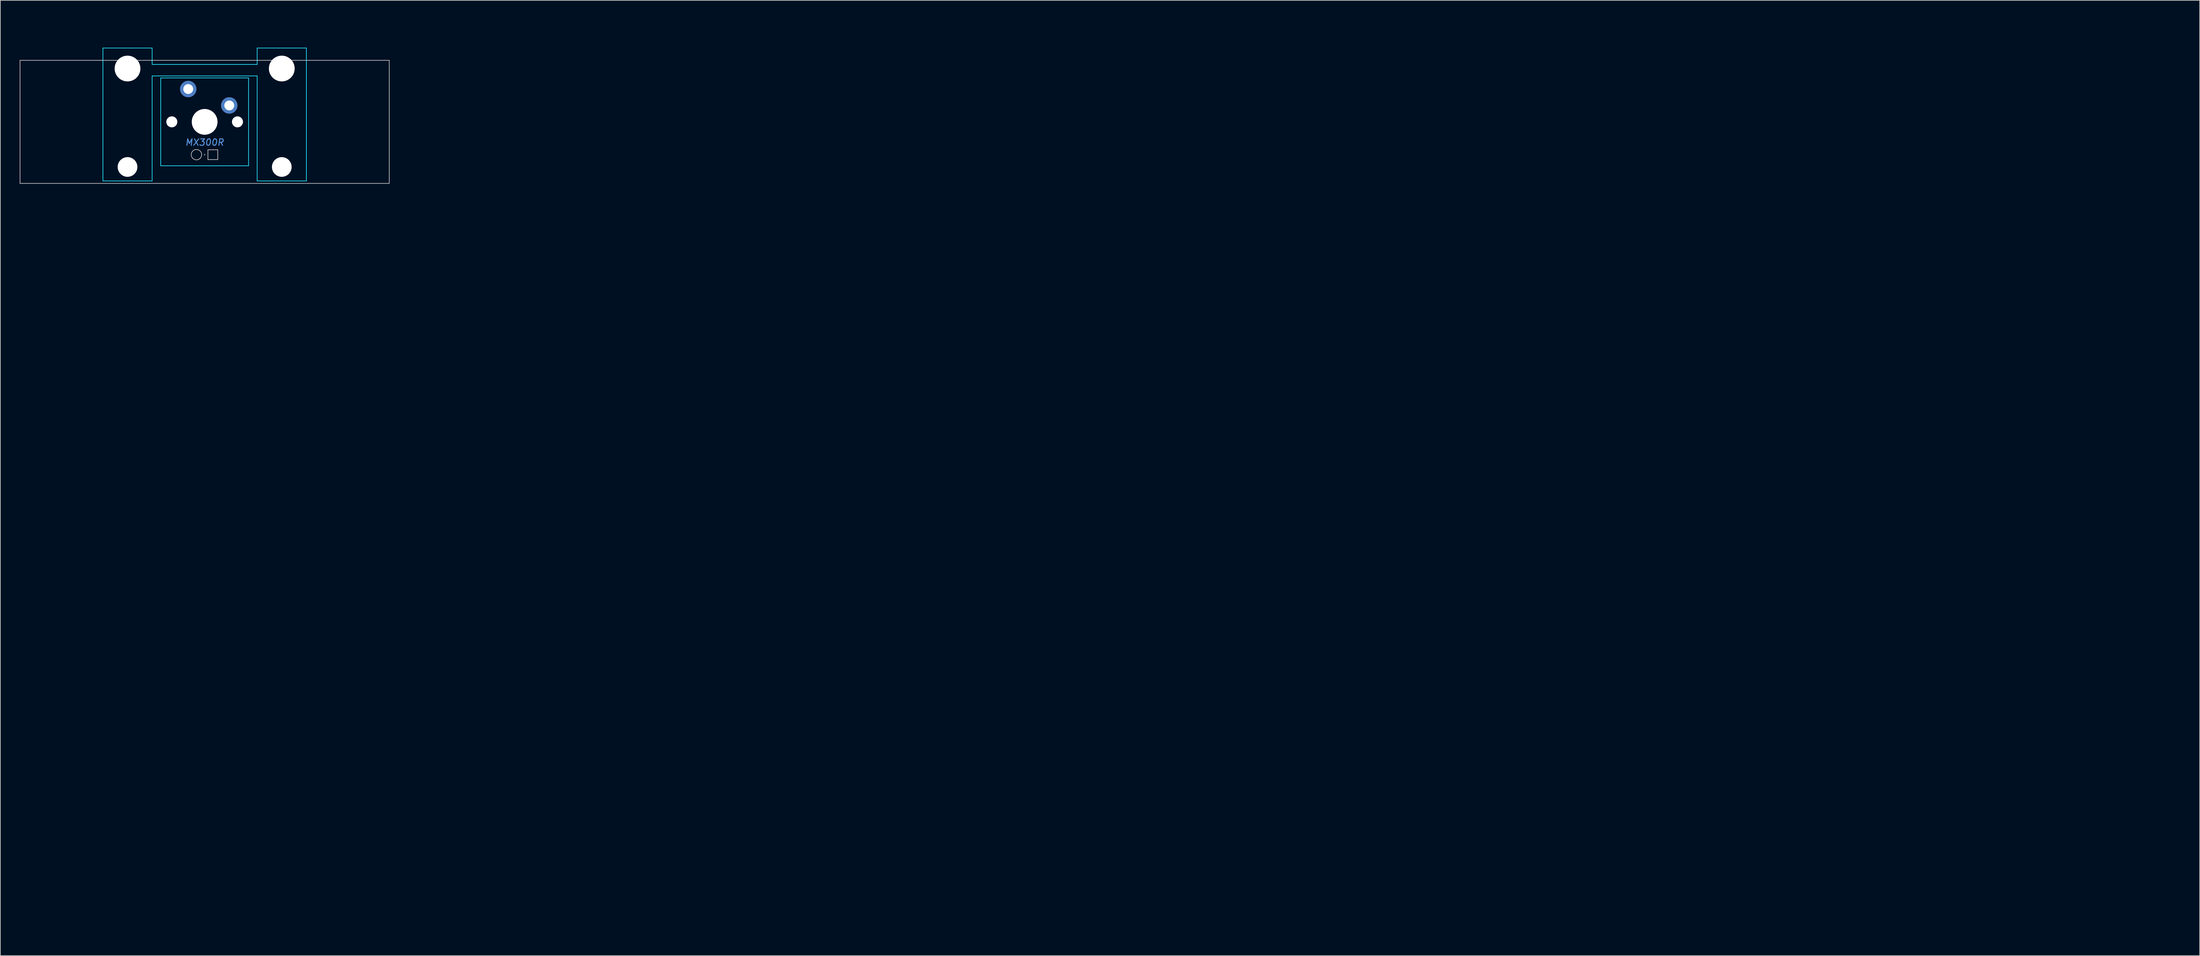
<source format=kicad_pcb>
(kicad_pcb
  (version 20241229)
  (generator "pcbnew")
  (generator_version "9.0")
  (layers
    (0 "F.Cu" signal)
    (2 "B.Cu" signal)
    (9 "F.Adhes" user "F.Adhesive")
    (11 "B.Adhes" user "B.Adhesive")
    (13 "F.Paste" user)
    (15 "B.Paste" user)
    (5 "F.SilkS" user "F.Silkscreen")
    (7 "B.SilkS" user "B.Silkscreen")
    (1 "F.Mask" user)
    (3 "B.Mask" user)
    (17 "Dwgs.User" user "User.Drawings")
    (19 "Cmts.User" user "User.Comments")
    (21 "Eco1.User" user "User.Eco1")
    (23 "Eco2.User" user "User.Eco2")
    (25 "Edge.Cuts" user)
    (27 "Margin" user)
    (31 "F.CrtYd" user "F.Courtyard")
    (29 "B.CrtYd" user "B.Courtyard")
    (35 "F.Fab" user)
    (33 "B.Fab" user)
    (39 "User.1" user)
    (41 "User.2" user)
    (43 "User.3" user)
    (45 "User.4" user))
  (footprint "MX300R"
    (layer "F.Cu")
    (at 28.625 15.815)
    (property "Reference" "MX300R" (at 0 3.175 0) (layer "Cmts.User") (effects (font (size 1 1) (thickness 0.15) (italic yes))))
    (attr through_hole)
    (fp_line (start -28.575 -9.525) (end -28.575 9.525) (stroke (width 0.1) (type solid)) (layer "Dwgs.User"))
    (fp_line (start -28.575 -9.525) (end 28.575 -9.525) (stroke (width 0.1) (type solid)) (layer "Dwgs.User"))
    (fp_line (start -28.575 9.525) (end 28.575 9.525) (stroke (width 0.1) (type solid)) (layer "Dwgs.User"))
    (fp_line (start -0.127 5.08) (end 0.127 5.08) (stroke (width 0.05) (type solid)) (layer "Dwgs.User"))
    (fp_line (start 0 5.207) (end 0 4.953) (stroke (width 0.05) (type solid)) (layer "Dwgs.User"))
    (fp_line (start 0.508 4.318) (end 0.508 5.842) (stroke (width 0.1) (type solid)) (layer "Dwgs.User"))
    (fp_line (start 0.508 4.318) (end 2.032 4.318) (stroke (width 0.1) (type solid)) (layer "Dwgs.User"))
    (fp_line (start 0.508 5.842) (end 2.032 5.842) (stroke (width 0.1) (type solid)) (layer "Dwgs.User"))
    (fp_line (start 2.032 5.842) (end 2.032 4.318) (stroke (width 0.1) (type solid)) (layer "Dwgs.User"))
    (fp_line (start 28.575 -9.525) (end 28.575 9.525) (stroke (width 0.1) (type solid)) (layer "Dwgs.User"))
    (fp_circle (center -1.27 5.08) (end -0.467 5.08) (stroke (width 0.1) (type solid)) (fill no) (layer "Dwgs.User"))
    (fp_line (start -23.241 0.509) (end -22.225 0.509) (stroke (width 0.1) (type solid)) (layer "Eco1.User"))
    (fp_line (start -23.241 3.303) (end -23.241 0.509) (stroke (width 0.1) (type solid)) (layer "Eco1.User"))
    (fp_line (start -22.225 0.509) (end -22.225 -6.603) (stroke (width 0.1) (type solid)) (layer "Eco1.User"))
    (fp_line (start -22.225 3.303) (end -23.241 3.303) (stroke (width 0.1) (type solid)) (layer "Eco1.User"))
    (fp_line (start -22.225 -6.603) (end -20.421 -6.603) (stroke (width 0.1) (type solid)) (layer "Eco1.User"))
    (fp_line (start -22.225 5.69) (end -22.225 3.303) (stroke (width 0.1) (type solid)) (layer "Eco1.User"))
    (fp_line (start -20.421 -7.772) (end -17.373 -7.772) (stroke (width 0.1) (type solid)) (layer "Eco1.User"))
    (fp_line (start -20.421 -6.603) (end -20.421 -7.772) (stroke (width 0.1) (type solid)) (layer "Eco1.User"))
    (fp_line (start -17.373 -7.772) (end -17.373 -6.603) (stroke (width 0.1) (type solid)) (layer "Eco1.User"))
    (fp_line (start -17.373 -6.603) (end -15.57 -6.603) (stroke (width 0.1) (type solid)) (layer "Eco1.User"))
    (fp_line (start -15.57 -2.286) (end -6.985 -2.286) (stroke (width 0.1) (type solid)) (layer "Eco1.User"))
    (fp_line (start -15.57 5.69) (end -22.225 5.69) (stroke (width 0.1) (type solid)) (layer "Eco1.User"))
    (fp_line (start -15.57 -6.603) (end -15.57 -2.286) (stroke (width 0.1) (type solid)) (layer "Eco1.User"))
    (fp_line (start -15.57 2.286) (end -15.57 5.69) (stroke (width 0.1) (type solid)) (layer "Eco1.User"))
    (fp_line (start -7 7) (end -6.985 2.286) (stroke (width 0.1) (type solid)) (layer "Eco1.User"))
    (fp_line (start -6.985 -2.286) (end -6.985 -6.985) (stroke (width 0.1) (type solid)) (layer "Eco1.User"))
    (fp_line (start -6.985 -6.985) (end 7 -7) (stroke (width 0.1) (type solid)) (layer "Eco1.User"))
    (fp_line (start -6.985 2.286) (end -15.57 2.286) (stroke (width 0.1) (type solid)) (layer "Eco1.User"))
    (fp_line (start -0.941 0.000055) (end 0.941 -0.000001) (stroke (width 0.1) (type solid)) (layer "Eco1.User"))
    (fp_line (start 0 -15.765) (end 0 -15.765) (stroke (width 0.1) (type solid)) (layer "Eco1.User"))
    (fp_line (start 0 -15.765) (end 0 -15.765) (stroke (width 0.1) (type solid)) (layer "Eco1.User"))
    (fp_line (start 0 -15.765) (end 0 -15.765) (stroke (width 0.1) (type solid)) (layer "Eco1.User"))
    (fp_line (start 0 0.941) (end -0.000056 -0.941) (stroke (width 0.1) (type solid)) (layer "Eco1.User"))
    (fp_line (start 6.985 -2.286) (end 15.57 -2.286) (stroke (width 0.1) (type solid)) (layer "Eco1.User"))
    (fp_line (start 6.985 2.286) (end 7 7) (stroke (width 0.1) (type solid)) (layer "Eco1.User"))
    (fp_line (start 7 -7) (end 6.985 -2.286) (stroke (width 0.1) (type solid)) (layer "Eco1.User"))
    (fp_line (start 7 7) (end -7 7) (stroke (width 0.1) (type solid)) (layer "Eco1.User"))
    (fp_line (start 15.57 -6.603) (end 17.373 -6.603) (stroke (width 0.1) (type solid)) (layer "Eco1.User"))
    (fp_line (start 15.57 -2.286) (end 15.57 -6.603) (stroke (width 0.1) (type solid)) (layer "Eco1.User"))
    (fp_line (start 15.57 2.286) (end 6.985 2.286) (stroke (width 0.1) (type solid)) (layer "Eco1.User"))
    (fp_line (start 15.57 5.69) (end 15.57 2.286) (stroke (width 0.1) (type solid)) (layer "Eco1.User"))
    (fp_line (start 17.373 -7.772) (end 20.421 -7.772) (stroke (width 0.1) (type solid)) (layer "Eco1.User"))
    (fp_line (start 17.373 -6.603) (end 17.373 -7.772) (stroke (width 0.1) (type solid)) (layer "Eco1.User"))
    (fp_line (start 20.421 -7.772) (end 20.421 -6.603) (stroke (width 0.1) (type solid)) (layer "Eco1.User"))
    (fp_line (start 20.421 -6.603) (end 22.225 -6.603) (stroke (width 0.1) (type solid)) (layer "Eco1.User"))
    (fp_line (start 22.225 -6.603) (end 22.225 0.509) (stroke (width 0.1) (type solid)) (layer "Eco1.User"))
    (fp_line (start 22.225 5.69) (end 15.57 5.69) (stroke (width 0.1) (type solid)) (layer "Eco1.User"))
    (fp_line (start 22.225 0.509) (end 23.241 0.509) (stroke (width 0.1) (type solid)) (layer "Eco1.User"))
    (fp_line (start 22.225 3.303) (end 22.225 5.69) (stroke (width 0.1) (type solid)) (layer "Eco1.User"))
    (fp_line (start 23.241 0.509) (end 23.241 3.303) (stroke (width 0.1) (type solid)) (layer "Eco1.User"))
    (fp_line (start 23.241 3.303) (end 22.225 3.303) (stroke (width 0.1) (type solid)) (layer "Eco1.User"))
    (fp_line (start 304.8 88.594) (end 304.8 90.476) (stroke (width 0.1) (type solid)) (layer "Eco1.User"))
    (fp_line (start 304.8 124.154) (end 304.8 126.036) (stroke (width 0.1) (type solid)) (layer "Eco1.User"))
    (fp_line (start 305.741 89.535) (end 303.859 89.535) (stroke (width 0.1) (type solid)) (layer "Eco1.User"))
    (fp_line (start 305.741 125.095) (end 303.859 125.095) (stroke (width 0.1) (type solid)) (layer "Eco1.User"))
    (fp_line (start -15.748 -11.43) (end -8.128 -11.43) (stroke (width 0.1) (type solid)) (layer "B.CrtYd"))
    (fp_line (start -15.748 9.144) (end -15.748 -11.43) (stroke (width 0.1) (type solid)) (layer "B.CrtYd"))
    (fp_line (start -8.128 -11.43) (end -8.128 -8.89) (stroke (width 0.1) (type solid)) (layer "B.CrtYd"))
    (fp_line (start -8.128 9.144) (end -15.748 9.144) (stroke (width 0.1) (type solid)) (layer "B.CrtYd"))
    (fp_line (start -8.128 9.144) (end -8.128 -7.112) (stroke (width 0.1) (type solid)) (layer "B.CrtYd"))
    (fp_line (start -6.8 6.8) (end -6.8 -6.8) (stroke (width 0.1) (type solid)) (layer "B.CrtYd"))
    (fp_line (start 6.8 -6.8) (end -6.8 -6.8) (stroke (width 0.1) (type solid)) (layer "B.CrtYd"))
    (fp_line (start 6.8 6.8) (end -6.8 6.8) (stroke (width 0.1) (type solid)) (layer "B.CrtYd"))
    (fp_line (start 6.8 6.8) (end 6.8 -6.8) (stroke (width 0.1) (type solid)) (layer "B.CrtYd"))
    (fp_line (start 8.128 -11.43) (end 8.128 -8.89) (stroke (width 0.1) (type solid)) (layer "B.CrtYd"))
    (fp_line (start 8.128 -11.43) (end 15.748 -11.43) (stroke (width 0.1) (type solid)) (layer "B.CrtYd"))
    (fp_line (start 8.128 -8.89) (end -8.128 -8.89) (stroke (width 0.1) (type solid)) (layer "B.CrtYd"))
    (fp_line (start 8.128 -7.112) (end -8.128 -7.112) (stroke (width 0.1) (type solid)) (layer "B.CrtYd"))
    (fp_line (start 8.128 9.144) (end 8.128 -7.112) (stroke (width 0.1) (type solid)) (layer "B.CrtYd"))
    (fp_line (start 15.748 -11.43) (end 15.748 9.144) (stroke (width 0.1) (type solid)) (layer "B.CrtYd"))
    (fp_line (start 15.748 9.144) (end 8.128 9.144) (stroke (width 0.1) (type solid)) (layer "B.CrtYd"))
    (pad "" np_thru_hole circle (at -11.938 -8.255 180) (size 3.988 3.988) (drill 3.988) (layers "*.Cu" "*.Mask"))
    (pad "" np_thru_hole circle (at -11.938 6.985 180) (size 3.048 3.048) (drill 3.048) (layers "*.Cu" "*.Mask"))
    (pad "" np_thru_hole circle (at -5.08 0) (size 1.702 1.702) (drill 1.702) (layers "*.Cu" "*.Mask"))
    (pad "" np_thru_hole circle (at 0 0) (size 3.988 3.988) (drill 3.988) (layers "*.Cu" "*.Mask"))
    (pad "" np_thru_hole circle (at 5.08 0) (size 1.702 1.702) (drill 1.702) (layers "*.Cu" "*.Mask"))
    (pad "" np_thru_hole circle (at 11.938 -8.255 180) (size 3.988 3.988) (drill 3.988) (layers "*.Cu" "*.Mask"))
    (pad "" np_thru_hole circle (at 11.938 6.985 180) (size 3.048 3.048) (drill 3.048) (layers "*.Cu" "*.Mask"))
    (pad "1" thru_hole circle (at -2.54 -5.08) (size 2.54 2.54) (drill 1.524) (layers "*.Cu" "*.Mask"))
    (pad "2" thru_hole circle (at 3.81 -2.54) (size 2.54 2.54) (drill 1.524) (layers "*.Cu" "*.Mask")))
  (gr_rect
    (start -3 -3)
    (end 337.416 144.901)
    (stroke (width 0.1) (type default))
    (fill no)
    (layer "Edge.Cuts")))
</source>
